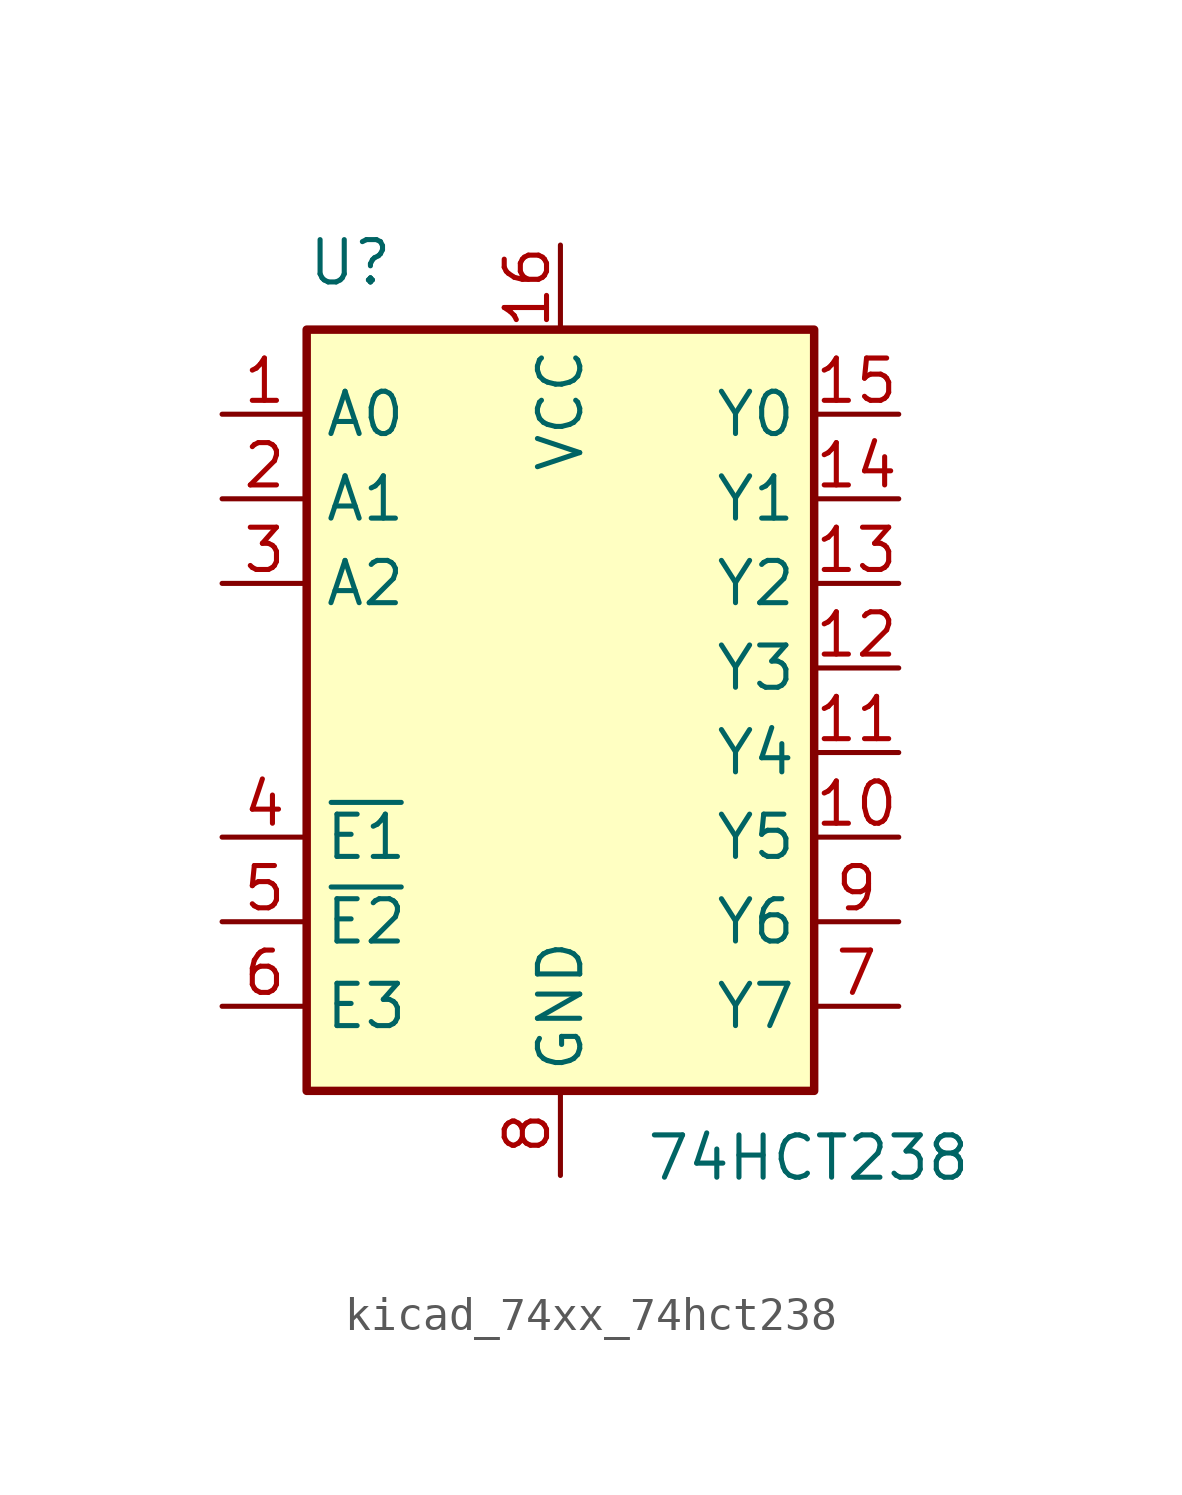
<source format=kicad_sym>
(kicad_symbol_lib
  (version 20220914)
  (generator kicad_symbol_editor)
  (symbol "kicad_74xx_74hct238"
    (property "Reference" "U"
      (at -7.62 13.97 0)
      (effects (font (size 1.27 1.27)) (justify left bottom)))
    (property "Value" "74HCT238"
      (at 2.54 -11.43 0)
      (effects (font (size 1.27 1.27)) (justify left top)))
    (symbol "kicad_74xx_74hct238_0_1"
      (rectangle (start -7.62 12.7) (end 7.62 -10.16) (stroke (width 0.254) (type default)) (fill (type background))))
    (symbol "kicad_74xx_74hct238_1_1"
      (pin input line (at -10.16 10.16 0) (length 2.54) (name "A0" (effects (font (size 1.27 1.27)))) (number "1" (effects (font (size 1.27 1.27)))))
      (pin output line (at 10.16 -2.54 180) (length 2.54) (name "Y5" (effects (font (size 1.27 1.27)))) (number "10" (effects (font (size 1.27 1.27)))))
      (pin output line (at 10.16 0 180) (length 2.54) (name "Y4" (effects (font (size 1.27 1.27)))) (number "11" (effects (font (size 1.27 1.27)))))
      (pin output line (at 10.16 2.54 180) (length 2.54) (name "Y3" (effects (font (size 1.27 1.27)))) (number "12" (effects (font (size 1.27 1.27)))))
      (pin output line (at 10.16 5.08 180) (length 2.54) (name "Y2" (effects (font (size 1.27 1.27)))) (number "13" (effects (font (size 1.27 1.27)))))
      (pin output line (at 10.16 7.62 180) (length 2.54) (name "Y1" (effects (font (size 1.27 1.27)))) (number "14" (effects (font (size 1.27 1.27)))))
      (pin output line (at 10.16 10.16 180) (length 2.54) (name "Y0" (effects (font (size 1.27 1.27)))) (number "15" (effects (font (size 1.27 1.27)))))
      (pin power_in line (at 0 15.24 270) (length 2.54) (name "VCC" (effects (font (size 1.27 1.27)))) (number "16" (effects (font (size 1.27 1.27)))))
      (pin input line (at -10.16 7.62 0) (length 2.54) (name "A1" (effects (font (size 1.27 1.27)))) (number "2" (effects (font (size 1.27 1.27)))))
      (pin input line (at -10.16 5.08 0) (length 2.54) (name "A2" (effects (font (size 1.27 1.27)))) (number "3" (effects (font (size 1.27 1.27)))))
      (pin input line (at -10.16 -2.54 0) (length 2.54) (name "~{E1}" (effects (font (size 1.27 1.27)))) (number "4" (effects (font (size 1.27 1.27)))))
      (pin input line (at -10.16 -5.08 0) (length 2.54) (name "~{E2}" (effects (font (size 1.27 1.27)))) (number "5" (effects (font (size 1.27 1.27)))))
      (pin input line (at -10.16 -7.62 0) (length 2.54) (name "E3" (effects (font (size 1.27 1.27)))) (number "6" (effects (font (size 1.27 1.27)))))
      (pin output line (at 10.16 -7.62 180) (length 2.54) (name "Y7" (effects (font (size 1.27 1.27)))) (number "7" (effects (font (size 1.27 1.27)))))
      (pin power_in line (at 0 -12.7 90) (length 2.54) (name "GND" (effects (font (size 1.27 1.27)))) (number "8" (effects (font (size 1.27 1.27)))))
      (pin output line (at 10.16 -5.08 180) (length 2.54) (name "Y6" (effects (font (size 1.27 1.27)))) (number "9" (effects (font (size 1.27 1.27))))))))
</source>
